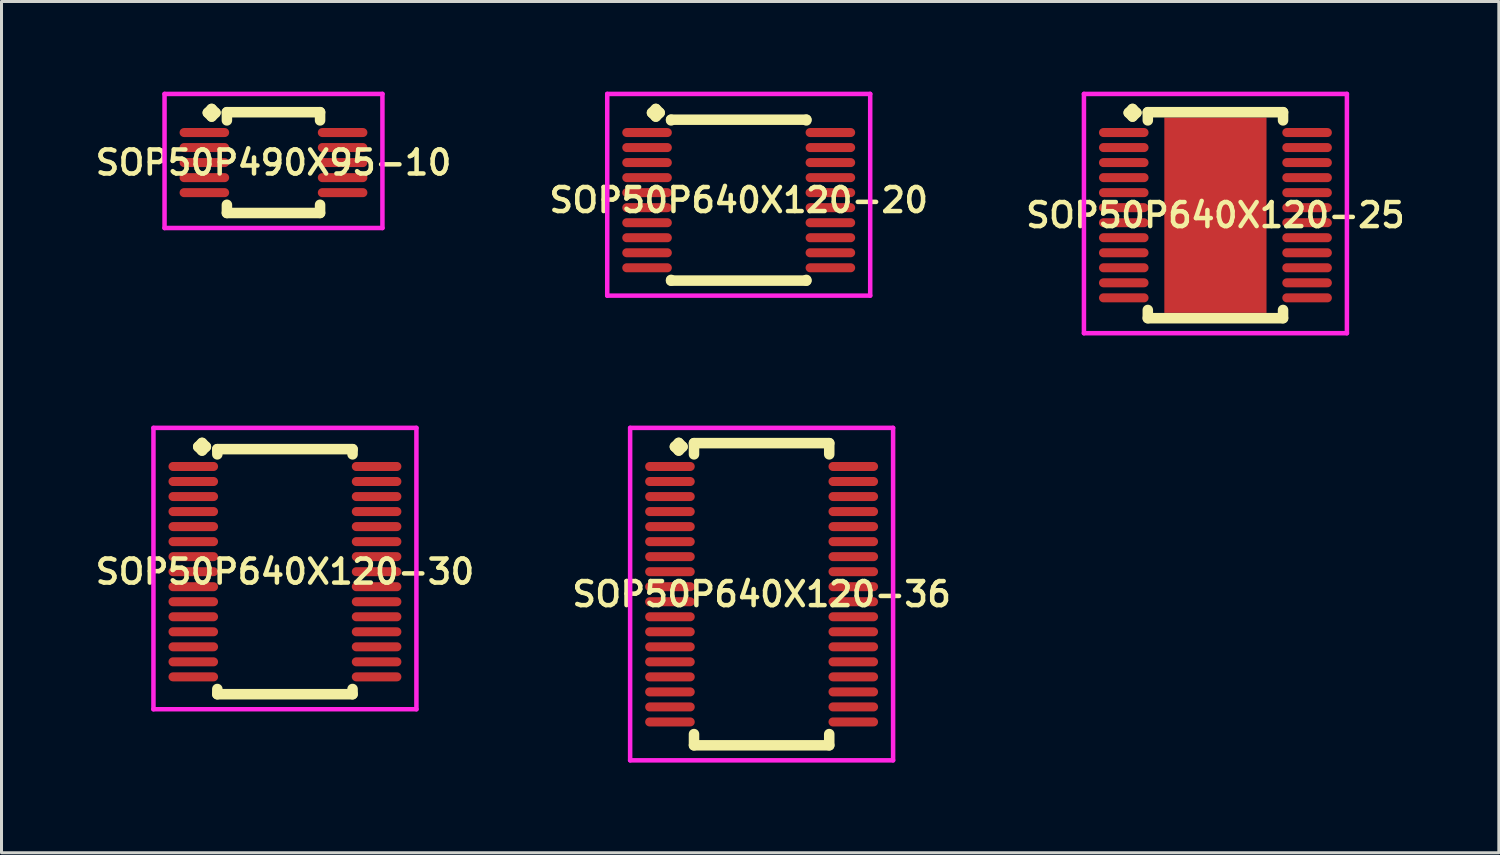
<source format=kicad_pcb>
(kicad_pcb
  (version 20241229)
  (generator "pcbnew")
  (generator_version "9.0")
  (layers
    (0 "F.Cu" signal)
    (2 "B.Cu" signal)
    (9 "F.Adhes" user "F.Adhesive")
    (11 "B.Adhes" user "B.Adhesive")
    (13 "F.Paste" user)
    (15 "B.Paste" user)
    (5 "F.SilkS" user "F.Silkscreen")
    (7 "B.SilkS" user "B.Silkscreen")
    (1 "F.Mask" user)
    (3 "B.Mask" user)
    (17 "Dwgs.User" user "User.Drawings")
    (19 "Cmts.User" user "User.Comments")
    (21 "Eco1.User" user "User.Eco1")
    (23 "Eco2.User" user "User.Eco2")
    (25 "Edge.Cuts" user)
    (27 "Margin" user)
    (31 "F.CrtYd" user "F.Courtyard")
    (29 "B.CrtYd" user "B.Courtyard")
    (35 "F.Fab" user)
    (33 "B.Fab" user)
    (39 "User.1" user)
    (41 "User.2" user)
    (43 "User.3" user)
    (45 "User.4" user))
  (footprint "SOP50P640X120-20"
    (layer "F.Cu")
    (at 21.53 3.61)
    (property "Reference" "SOP50P640X120-20" (at 0 0 0) (layer "F.SilkS") (effects (font (size 0.8 0.8) (thickness 0.15))))
    (attr smd)
    (fp_line (start -2.885 -2.908) (end -2.758 -3.035) (stroke (width 0.35) (type solid)) (layer "F.SilkS"))
    (fp_line (start -2.758 -3.035) (end -2.631 -2.908) (stroke (width 0.35) (type solid)) (layer "F.SilkS"))
    (fp_line (start -2.758 -2.781) (end -2.885 -2.908) (stroke (width 0.35) (type solid)) (layer "F.SilkS"))
    (fp_line (start -2.631 -2.908) (end -2.758 -2.781) (stroke (width 0.35) (type solid)) (layer "F.SilkS"))
    (fp_line (start -2.25 -2.677) (end 2.25 -2.677) (stroke (width 0.35) (type solid)) (layer "F.SilkS"))
    (fp_line (start -2.25 -2.654) (end -2.25 -2.677) (stroke (width 0.35) (type solid)) (layer "F.SilkS"))
    (fp_line (start -2.25 2.654) (end -2.25 2.677) (stroke (width 0.35) (type solid)) (layer "F.SilkS"))
    (fp_line (start -2.25 2.677) (end 2.25 2.677) (stroke (width 0.35) (type solid)) (layer "F.SilkS"))
    (fp_line (start 2.25 -2.677) (end 2.25 -2.654) (stroke (width 0.35) (type solid)) (layer "F.SilkS"))
    (fp_line (start 2.25 2.677) (end 2.25 2.654) (stroke (width 0.35) (type solid)) (layer "F.SilkS"))
    (fp_line (start -4.375 -3.535) (end 4.375 -3.535) (stroke (width 0.15) (type solid)) (layer "F.CrtYd"))
    (fp_line (start -4.375 3.177) (end -4.375 -3.535) (stroke (width 0.15) (type solid)) (layer "F.CrtYd"))
    (fp_line (start 4.375 -3.535) (end 4.375 3.177) (stroke (width 0.15) (type solid)) (layer "F.CrtYd"))
    (fp_line (start 4.375 3.177) (end -4.375 3.177) (stroke (width 0.15) (type solid)) (layer "F.CrtYd"))
    (pad "1" smd oval (at -3.05 -2.25) (size 1.65 0.3) (layers "F.Cu" "F.Mask" "F.Paste"))
    (pad "2" smd oval (at -3.05 -1.75) (size 1.65 0.3) (layers "F.Cu" "F.Mask" "F.Paste"))
    (pad "3" smd oval (at -3.05 -1.25) (size 1.65 0.3) (layers "F.Cu" "F.Mask" "F.Paste"))
    (pad "4" smd oval (at -3.05 -0.75) (size 1.65 0.3) (layers "F.Cu" "F.Mask" "F.Paste"))
    (pad "5" smd oval (at -3.05 -0.25) (size 1.65 0.3) (layers "F.Cu" "F.Mask" "F.Paste"))
    (pad "6" smd oval (at -3.05 0.25) (size 1.65 0.3) (layers "F.Cu" "F.Mask" "F.Paste"))
    (pad "7" smd oval (at -3.05 0.75) (size 1.65 0.3) (layers "F.Cu" "F.Mask" "F.Paste"))
    (pad "8" smd oval (at -3.05 1.25) (size 1.65 0.3) (layers "F.Cu" "F.Mask" "F.Paste"))
    (pad "9" smd oval (at -3.05 1.75) (size 1.65 0.3) (layers "F.Cu" "F.Mask" "F.Paste"))
    (pad "10" smd oval (at -3.05 2.25) (size 1.65 0.3) (layers "F.Cu" "F.Mask" "F.Paste"))
    (pad "11" smd oval (at 3.05 2.25) (size 1.65 0.3) (layers "F.Cu" "F.Mask" "F.Paste"))
    (pad "12" smd oval (at 3.05 1.75) (size 1.65 0.3) (layers "F.Cu" "F.Mask" "F.Paste"))
    (pad "13" smd oval (at 3.05 1.25) (size 1.65 0.3) (layers "F.Cu" "F.Mask" "F.Paste"))
    (pad "14" smd oval (at 3.05 0.75) (size 1.65 0.3) (layers "F.Cu" "F.Mask" "F.Paste"))
    (pad "15" smd oval (at 3.05 0.25) (size 1.65 0.3) (layers "F.Cu" "F.Mask" "F.Paste"))
    (pad "16" smd oval (at 3.05 -0.25) (size 1.65 0.3) (layers "F.Cu" "F.Mask" "F.Paste"))
    (pad "17" smd oval (at 3.05 -0.75) (size 1.65 0.3) (layers "F.Cu" "F.Mask" "F.Paste"))
    (pad "18" smd oval (at 3.05 -1.25) (size 1.65 0.3) (layers "F.Cu" "F.Mask" "F.Paste"))
    (pad "19" smd oval (at 3.05 -1.75) (size 1.65 0.3) (layers "F.Cu" "F.Mask" "F.Paste"))
    (pad "20" smd oval (at 3.05 -2.25) (size 1.65 0.3) (layers "F.Cu" "F.Mask" "F.Paste")))
  (footprint "SOP50P640X120-36"
    (layer "F.Cu")
    (at 22.292 16.722)
    (property "Reference" "SOP50P640X120-36" (at 0 0 0) (layer "F.SilkS") (effects (font (size 0.8 0.8) (thickness 0.15))))
    (attr smd)
    (fp_line (start -2.885 -4.908) (end -2.758 -5.035) (stroke (width 0.35) (type solid)) (layer "F.SilkS"))
    (fp_line (start -2.758 -5.035) (end -2.631 -4.908) (stroke (width 0.35) (type solid)) (layer "F.SilkS"))
    (fp_line (start -2.758 -4.781) (end -2.885 -4.908) (stroke (width 0.35) (type solid)) (layer "F.SilkS"))
    (fp_line (start -2.631 -4.908) (end -2.758 -4.781) (stroke (width 0.35) (type solid)) (layer "F.SilkS"))
    (fp_line (start -2.25 -5.027) (end 2.25 -5.027) (stroke (width 0.35) (type solid)) (layer "F.SilkS"))
    (fp_line (start -2.25 -4.654) (end -2.25 -5.027) (stroke (width 0.35) (type solid)) (layer "F.SilkS"))
    (fp_line (start -2.25 4.654) (end -2.25 5.027) (stroke (width 0.35) (type solid)) (layer "F.SilkS"))
    (fp_line (start -2.25 5.027) (end 2.25 5.027) (stroke (width 0.35) (type solid)) (layer "F.SilkS"))
    (fp_line (start 2.25 -5.027) (end 2.25 -4.654) (stroke (width 0.35) (type solid)) (layer "F.SilkS"))
    (fp_line (start 2.25 5.027) (end 2.25 4.654) (stroke (width 0.35) (type solid)) (layer "F.SilkS"))
    (fp_line (start -4.375 -5.535) (end 4.375 -5.535) (stroke (width 0.15) (type solid)) (layer "F.CrtYd"))
    (fp_line (start -4.375 5.527) (end -4.375 -5.535) (stroke (width 0.15) (type solid)) (layer "F.CrtYd"))
    (fp_line (start 4.375 -5.535) (end 4.375 5.527) (stroke (width 0.15) (type solid)) (layer "F.CrtYd"))
    (fp_line (start 4.375 5.527) (end -4.375 5.527) (stroke (width 0.15) (type solid)) (layer "F.CrtYd"))
    (pad "1" smd oval (at -3.05 -4.25) (size 1.65 0.3) (layers "F.Cu" "F.Mask" "F.Paste"))
    (pad "2" smd oval (at -3.05 -3.75) (size 1.65 0.3) (layers "F.Cu" "F.Mask" "F.Paste"))
    (pad "3" smd oval (at -3.05 -3.25) (size 1.65 0.3) (layers "F.Cu" "F.Mask" "F.Paste"))
    (pad "4" smd oval (at -3.05 -2.75) (size 1.65 0.3) (layers "F.Cu" "F.Mask" "F.Paste"))
    (pad "5" smd oval (at -3.05 -2.25) (size 1.65 0.3) (layers "F.Cu" "F.Mask" "F.Paste"))
    (pad "6" smd oval (at -3.05 -1.75) (size 1.65 0.3) (layers "F.Cu" "F.Mask" "F.Paste"))
    (pad "7" smd oval (at -3.05 -1.25) (size 1.65 0.3) (layers "F.Cu" "F.Mask" "F.Paste"))
    (pad "8" smd oval (at -3.05 -0.75) (size 1.65 0.3) (layers "F.Cu" "F.Mask" "F.Paste"))
    (pad "9" smd oval (at -3.05 -0.25) (size 1.65 0.3) (layers "F.Cu" "F.Mask" "F.Paste"))
    (pad "10" smd oval (at -3.05 0.25) (size 1.65 0.3) (layers "F.Cu" "F.Mask" "F.Paste"))
    (pad "11" smd oval (at -3.05 0.75) (size 1.65 0.3) (layers "F.Cu" "F.Mask" "F.Paste"))
    (pad "12" smd oval (at -3.05 1.25) (size 1.65 0.3) (layers "F.Cu" "F.Mask" "F.Paste"))
    (pad "13" smd oval (at -3.05 1.75) (size 1.65 0.3) (layers "F.Cu" "F.Mask" "F.Paste"))
    (pad "14" smd oval (at -3.05 2.25) (size 1.65 0.3) (layers "F.Cu" "F.Mask" "F.Paste"))
    (pad "15" smd oval (at -3.05 2.75) (size 1.65 0.3) (layers "F.Cu" "F.Mask" "F.Paste"))
    (pad "16" smd oval (at -3.05 3.25) (size 1.65 0.3) (layers "F.Cu" "F.Mask" "F.Paste"))
    (pad "17" smd oval (at -3.05 3.75) (size 1.65 0.3) (layers "F.Cu" "F.Mask" "F.Paste"))
    (pad "18" smd oval (at -3.05 4.25) (size 1.65 0.3) (layers "F.Cu" "F.Mask" "F.Paste"))
    (pad "19" smd oval (at 3.05 4.25) (size 1.65 0.3) (layers "F.Cu" "F.Mask" "F.Paste"))
    (pad "20" smd oval (at 3.05 3.75) (size 1.65 0.3) (layers "F.Cu" "F.Mask" "F.Paste"))
    (pad "21" smd oval (at 3.05 3.25) (size 1.65 0.3) (layers "F.Cu" "F.Mask" "F.Paste"))
    (pad "22" smd oval (at 3.05 2.75) (size 1.65 0.3) (layers "F.Cu" "F.Mask" "F.Paste"))
    (pad "23" smd oval (at 3.05 2.25) (size 1.65 0.3) (layers "F.Cu" "F.Mask" "F.Paste"))
    (pad "24" smd oval (at 3.05 1.75) (size 1.65 0.3) (layers "F.Cu" "F.Mask" "F.Paste"))
    (pad "25" smd oval (at 3.05 1.25) (size 1.65 0.3) (layers "F.Cu" "F.Mask" "F.Paste"))
    (pad "26" smd oval (at 3.05 0.75) (size 1.65 0.3) (layers "F.Cu" "F.Mask" "F.Paste"))
    (pad "27" smd oval (at 3.05 0.25) (size 1.65 0.3) (layers "F.Cu" "F.Mask" "F.Paste"))
    (pad "28" smd oval (at 3.05 -0.25) (size 1.65 0.3) (layers "F.Cu" "F.Mask" "F.Paste"))
    (pad "29" smd oval (at 3.05 -0.75) (size 1.65 0.3) (layers "F.Cu" "F.Mask" "F.Paste"))
    (pad "30" smd oval (at 3.05 -1.25) (size 1.65 0.3) (layers "F.Cu" "F.Mask" "F.Paste"))
    (pad "31" smd oval (at 3.05 -1.75) (size 1.65 0.3) (layers "F.Cu" "F.Mask" "F.Paste"))
    (pad "32" smd oval (at 3.05 -2.25) (size 1.65 0.3) (layers "F.Cu" "F.Mask" "F.Paste"))
    (pad "33" smd oval (at 3.05 -2.75) (size 1.65 0.3) (layers "F.Cu" "F.Mask" "F.Paste"))
    (pad "34" smd oval (at 3.05 -3.25) (size 1.65 0.3) (layers "F.Cu" "F.Mask" "F.Paste"))
    (pad "35" smd oval (at 3.05 -3.75) (size 1.65 0.3) (layers "F.Cu" "F.Mask" "F.Paste"))
    (pad "36" smd oval (at 3.05 -4.25) (size 1.65 0.3) (layers "F.Cu" "F.Mask" "F.Paste")))
  (footprint "SOP50P640X120-30"
    (layer "F.Cu")
    (at 6.431 15.972)
    (property "Reference" "SOP50P640X120-30" (at 0 0 0) (layer "F.SilkS") (effects (font (size 0.8 0.8) (thickness 0.15))))
    (attr smd)
    (fp_line (start -2.885 -4.158) (end -2.758 -4.285) (stroke (width 0.35) (type solid)) (layer "F.SilkS"))
    (fp_line (start -2.758 -4.285) (end -2.631 -4.158) (stroke (width 0.35) (type solid)) (layer "F.SilkS"))
    (fp_line (start -2.758 -4.031) (end -2.885 -4.158) (stroke (width 0.35) (type solid)) (layer "F.SilkS"))
    (fp_line (start -2.631 -4.158) (end -2.758 -4.031) (stroke (width 0.35) (type solid)) (layer "F.SilkS"))
    (fp_line (start -2.25 -4.077) (end 2.25 -4.077) (stroke (width 0.35) (type solid)) (layer "F.SilkS"))
    (fp_line (start -2.25 -3.904) (end -2.25 -4.077) (stroke (width 0.35) (type solid)) (layer "F.SilkS"))
    (fp_line (start -2.25 3.904) (end -2.25 4.077) (stroke (width 0.35) (type solid)) (layer "F.SilkS"))
    (fp_line (start -2.25 4.077) (end 2.25 4.077) (stroke (width 0.35) (type solid)) (layer "F.SilkS"))
    (fp_line (start 2.25 -4.077) (end 2.25 -3.904) (stroke (width 0.35) (type solid)) (layer "F.SilkS"))
    (fp_line (start 2.25 4.077) (end 2.25 3.904) (stroke (width 0.35) (type solid)) (layer "F.SilkS"))
    (fp_line (start -4.375 -4.785) (end 4.375 -4.785) (stroke (width 0.15) (type solid)) (layer "F.CrtYd"))
    (fp_line (start -4.375 4.577) (end -4.375 -4.785) (stroke (width 0.15) (type solid)) (layer "F.CrtYd"))
    (fp_line (start 4.375 -4.785) (end 4.375 4.577) (stroke (width 0.15) (type solid)) (layer "F.CrtYd"))
    (fp_line (start 4.375 4.577) (end -4.375 4.577) (stroke (width 0.15) (type solid)) (layer "F.CrtYd"))
    (pad "1" smd oval (at -3.05 -3.5) (size 1.65 0.3) (layers "F.Cu" "F.Mask" "F.Paste"))
    (pad "2" smd oval (at -3.05 -3) (size 1.65 0.3) (layers "F.Cu" "F.Mask" "F.Paste"))
    (pad "3" smd oval (at -3.05 -2.5) (size 1.65 0.3) (layers "F.Cu" "F.Mask" "F.Paste"))
    (pad "4" smd oval (at -3.05 -2) (size 1.65 0.3) (layers "F.Cu" "F.Mask" "F.Paste"))
    (pad "5" smd oval (at -3.05 -1.5) (size 1.65 0.3) (layers "F.Cu" "F.Mask" "F.Paste"))
    (pad "6" smd oval (at -3.05 -1) (size 1.65 0.3) (layers "F.Cu" "F.Mask" "F.Paste"))
    (pad "7" smd oval (at -3.05 -0.5) (size 1.65 0.3) (layers "F.Cu" "F.Mask" "F.Paste"))
    (pad "8" smd oval (at -3.05 0) (size 1.65 0.3) (layers "F.Cu" "F.Mask" "F.Paste"))
    (pad "9" smd oval (at -3.05 0.5) (size 1.65 0.3) (layers "F.Cu" "F.Mask" "F.Paste"))
    (pad "10" smd oval (at -3.05 1) (size 1.65 0.3) (layers "F.Cu" "F.Mask" "F.Paste"))
    (pad "11" smd oval (at -3.05 1.5) (size 1.65 0.3) (layers "F.Cu" "F.Mask" "F.Paste"))
    (pad "12" smd oval (at -3.05 2) (size 1.65 0.3) (layers "F.Cu" "F.Mask" "F.Paste"))
    (pad "13" smd oval (at -3.05 2.5) (size 1.65 0.3) (layers "F.Cu" "F.Mask" "F.Paste"))
    (pad "14" smd oval (at -3.05 3) (size 1.65 0.3) (layers "F.Cu" "F.Mask" "F.Paste"))
    (pad "15" smd oval (at -3.05 3.5) (size 1.65 0.3) (layers "F.Cu" "F.Mask" "F.Paste"))
    (pad "16" smd oval (at 3.05 3.5) (size 1.65 0.3) (layers "F.Cu" "F.Mask" "F.Paste"))
    (pad "17" smd oval (at 3.05 3) (size 1.65 0.3) (layers "F.Cu" "F.Mask" "F.Paste"))
    (pad "18" smd oval (at 3.05 2.5) (size 1.65 0.3) (layers "F.Cu" "F.Mask" "F.Paste"))
    (pad "19" smd oval (at 3.05 2) (size 1.65 0.3) (layers "F.Cu" "F.Mask" "F.Paste"))
    (pad "20" smd oval (at 3.05 1.5) (size 1.65 0.3) (layers "F.Cu" "F.Mask" "F.Paste"))
    (pad "21" smd oval (at 3.05 1) (size 1.65 0.3) (layers "F.Cu" "F.Mask" "F.Paste"))
    (pad "22" smd oval (at 3.05 0.5) (size 1.65 0.3) (layers "F.Cu" "F.Mask" "F.Paste"))
    (pad "23" smd oval (at 3.05 0) (size 1.65 0.3) (layers "F.Cu" "F.Mask" "F.Paste"))
    (pad "24" smd oval (at 3.05 -0.5) (size 1.65 0.3) (layers "F.Cu" "F.Mask" "F.Paste"))
    (pad "25" smd oval (at 3.05 -1) (size 1.65 0.3) (layers "F.Cu" "F.Mask" "F.Paste"))
    (pad "26" smd oval (at 3.05 -1.5) (size 1.65 0.3) (layers "F.Cu" "F.Mask" "F.Paste"))
    (pad "27" smd oval (at 3.05 -2) (size 1.65 0.3) (layers "F.Cu" "F.Mask" "F.Paste"))
    (pad "28" smd oval (at 3.05 -2.5) (size 1.65 0.3) (layers "F.Cu" "F.Mask" "F.Paste"))
    (pad "29" smd oval (at 3.05 -3) (size 1.65 0.3) (layers "F.Cu" "F.Mask" "F.Paste"))
    (pad "30" smd oval (at 3.05 -3.5) (size 1.65 0.3) (layers "F.Cu" "F.Mask" "F.Paste")))
  (footprint "SOP50P640X120-25"
    (layer "F.Cu")
    (at 37.392 4.11)
    (property "Reference" "SOP50P640X120-25" (at 0 0 0) (layer "F.SilkS") (effects (font (size 0.8 0.8) (thickness 0.15))))
    (attr smd)
    (fp_line (start -2.885 -3.408) (end -2.758 -3.535) (stroke (width 0.35) (type solid)) (layer "F.SilkS"))
    (fp_line (start -2.758 -3.535) (end -2.631 -3.408) (stroke (width 0.35) (type solid)) (layer "F.SilkS"))
    (fp_line (start -2.758 -3.281) (end -2.885 -3.408) (stroke (width 0.35) (type solid)) (layer "F.SilkS"))
    (fp_line (start -2.631 -3.408) (end -2.758 -3.281) (stroke (width 0.35) (type solid)) (layer "F.SilkS"))
    (fp_line (start -2.25 -3.427) (end 2.25 -3.427) (stroke (width 0.35) (type solid)) (layer "F.SilkS"))
    (fp_line (start -2.25 -3.154) (end -2.25 -3.427) (stroke (width 0.35) (type solid)) (layer "F.SilkS"))
    (fp_line (start -2.25 3.154) (end -2.25 3.427) (stroke (width 0.35) (type solid)) (layer "F.SilkS"))
    (fp_line (start -2.25 3.427) (end 2.25 3.427) (stroke (width 0.35) (type solid)) (layer "F.SilkS"))
    (fp_line (start 2.25 -3.427) (end 2.25 -3.154) (stroke (width 0.35) (type solid)) (layer "F.SilkS"))
    (fp_line (start 2.25 3.427) (end 2.25 3.154) (stroke (width 0.35) (type solid)) (layer "F.SilkS"))
    (fp_line (start -4.375 -4.035) (end 4.375 -4.035) (stroke (width 0.15) (type solid)) (layer "F.CrtYd"))
    (fp_line (start -4.375 3.927) (end -4.375 -4.035) (stroke (width 0.15) (type solid)) (layer "F.CrtYd"))
    (fp_line (start 4.375 -4.035) (end 4.375 3.927) (stroke (width 0.15) (type solid)) (layer "F.CrtYd"))
    (fp_line (start 4.375 3.927) (end -4.375 3.927) (stroke (width 0.15) (type solid)) (layer "F.CrtYd"))
    (pad "1" smd oval (at -3.05 -2.75) (size 1.65 0.3) (layers "F.Cu" "F.Mask" "F.Paste"))
    (pad "2" smd oval (at -3.05 -2.25) (size 1.65 0.3) (layers "F.Cu" "F.Mask" "F.Paste"))
    (pad "3" smd oval (at -3.05 -1.75) (size 1.65 0.3) (layers "F.Cu" "F.Mask" "F.Paste"))
    (pad "4" smd oval (at -3.05 -1.25) (size 1.65 0.3) (layers "F.Cu" "F.Mask" "F.Paste"))
    (pad "5" smd oval (at -3.05 -0.75) (size 1.65 0.3) (layers "F.Cu" "F.Mask" "F.Paste"))
    (pad "6" smd oval (at -3.05 -0.25) (size 1.65 0.3) (layers "F.Cu" "F.Mask" "F.Paste"))
    (pad "7" smd oval (at -3.05 0.25) (size 1.65 0.3) (layers "F.Cu" "F.Mask" "F.Paste"))
    (pad "8" smd oval (at -3.05 0.75) (size 1.65 0.3) (layers "F.Cu" "F.Mask" "F.Paste"))
    (pad "9" smd oval (at -3.05 1.25) (size 1.65 0.3) (layers "F.Cu" "F.Mask" "F.Paste"))
    (pad "10" smd oval (at -3.05 1.75) (size 1.65 0.3) (layers "F.Cu" "F.Mask" "F.Paste"))
    (pad "11" smd oval (at -3.05 2.25) (size 1.65 0.3) (layers "F.Cu" "F.Mask" "F.Paste"))
    (pad "12" smd oval (at -3.05 2.75) (size 1.65 0.3) (layers "F.Cu" "F.Mask" "F.Paste"))
    (pad "13" smd oval (at 3.05 2.75) (size 1.65 0.3) (layers "F.Cu" "F.Mask" "F.Paste"))
    (pad "14" smd oval (at 3.05 2.25) (size 1.65 0.3) (layers "F.Cu" "F.Mask" "F.Paste"))
    (pad "15" smd oval (at 3.05 1.75) (size 1.65 0.3) (layers "F.Cu" "F.Mask" "F.Paste"))
    (pad "16" smd oval (at 3.05 1.25) (size 1.65 0.3) (layers "F.Cu" "F.Mask" "F.Paste"))
    (pad "17" smd oval (at 3.05 0.75) (size 1.65 0.3) (layers "F.Cu" "F.Mask" "F.Paste"))
    (pad "18" smd oval (at 3.05 0.25) (size 1.65 0.3) (layers "F.Cu" "F.Mask" "F.Paste"))
    (pad "19" smd oval (at 3.05 -0.25) (size 1.65 0.3) (layers "F.Cu" "F.Mask" "F.Paste"))
    (pad "20" smd oval (at 3.05 -0.75) (size 1.65 0.3) (layers "F.Cu" "F.Mask" "F.Paste"))
    (pad "21" smd oval (at 3.05 -1.25) (size 1.65 0.3) (layers "F.Cu" "F.Mask" "F.Paste"))
    (pad "22" smd oval (at 3.05 -1.75) (size 1.65 0.3) (layers "F.Cu" "F.Mask" "F.Paste"))
    (pad "23" smd oval (at 3.05 -2.25) (size 1.65 0.3) (layers "F.Cu" "F.Mask" "F.Paste"))
    (pad "24" smd oval (at 3.05 -2.75) (size 1.65 0.3) (layers "F.Cu" "F.Mask" "F.Paste"))
    (pad "25" smd rect (at 0 0) (size 3.4 6.5) (layers "F.Cu" "F.Mask" "F.Paste")))
  (footprint "SOP50P490X95-10"
    (layer "F.Cu")
    (at 6.05 2.36)
    (property "Reference" "SOP50P490X95-10" (at 0 0 0) (layer "F.SilkS") (effects (font (size 0.8 0.8) (thickness 0.15))))
    (attr smd)
    (fp_line (start -2.185 -1.658) (end -2.058 -1.785) (stroke (width 0.35) (type solid)) (layer "F.SilkS"))
    (fp_line (start -2.058 -1.785) (end -1.931 -1.658) (stroke (width 0.35) (type solid)) (layer "F.SilkS"))
    (fp_line (start -2.058 -1.531) (end -2.185 -1.658) (stroke (width 0.35) (type solid)) (layer "F.SilkS"))
    (fp_line (start -1.931 -1.658) (end -2.058 -1.531) (stroke (width 0.35) (type solid)) (layer "F.SilkS"))
    (fp_line (start -1.55 -1.677) (end 1.55 -1.677) (stroke (width 0.35) (type solid)) (layer "F.SilkS"))
    (fp_line (start -1.55 -1.404) (end -1.55 -1.677) (stroke (width 0.35) (type solid)) (layer "F.SilkS"))
    (fp_line (start -1.55 1.404) (end -1.55 1.677) (stroke (width 0.35) (type solid)) (layer "F.SilkS"))
    (fp_line (start -1.55 1.677) (end 1.55 1.677) (stroke (width 0.35) (type solid)) (layer "F.SilkS"))
    (fp_line (start 1.55 -1.677) (end 1.55 -1.404) (stroke (width 0.35) (type solid)) (layer "F.SilkS"))
    (fp_line (start 1.55 1.677) (end 1.55 1.404) (stroke (width 0.35) (type solid)) (layer "F.SilkS"))
    (fp_line (start -3.625 -2.285) (end 3.625 -2.285) (stroke (width 0.15) (type solid)) (layer "F.CrtYd"))
    (fp_line (start -3.625 2.177) (end -3.625 -2.285) (stroke (width 0.15) (type solid)) (layer "F.CrtYd"))
    (fp_line (start 3.625 -2.285) (end 3.625 2.177) (stroke (width 0.15) (type solid)) (layer "F.CrtYd"))
    (fp_line (start 3.625 2.177) (end -3.625 2.177) (stroke (width 0.15) (type solid)) (layer "F.CrtYd"))
    (pad "1" smd oval (at -2.3 -1) (size 1.65 0.3) (layers "F.Cu" "F.Mask" "F.Paste"))
    (pad "2" smd oval (at -2.3 -0.5) (size 1.65 0.3) (layers "F.Cu" "F.Mask" "F.Paste"))
    (pad "3" smd oval (at -2.3 0) (size 1.65 0.3) (layers "F.Cu" "F.Mask" "F.Paste"))
    (pad "4" smd oval (at -2.3 0.5) (size 1.65 0.3) (layers "F.Cu" "F.Mask" "F.Paste"))
    (pad "5" smd oval (at -2.3 1) (size 1.65 0.3) (layers "F.Cu" "F.Mask" "F.Paste"))
    (pad "6" smd oval (at 2.3 1) (size 1.65 0.3) (layers "F.Cu" "F.Mask" "F.Paste"))
    (pad "7" smd oval (at 2.3 0.5) (size 1.65 0.3) (layers "F.Cu" "F.Mask" "F.Paste"))
    (pad "8" smd oval (at 2.3 0) (size 1.65 0.3) (layers "F.Cu" "F.Mask" "F.Paste"))
    (pad "9" smd oval (at 2.3 -0.5) (size 1.65 0.3) (layers "F.Cu" "F.Mask" "F.Paste"))
    (pad "10" smd oval (at 2.3 -1) (size 1.65 0.3) (layers "F.Cu" "F.Mask" "F.Paste")))
  (gr_rect
    (start -3 -3)
    (end 46.822 25.324)
    (stroke (width 0.1) (type default))
    (fill no)
    (layer "Edge.Cuts")))
</source>
